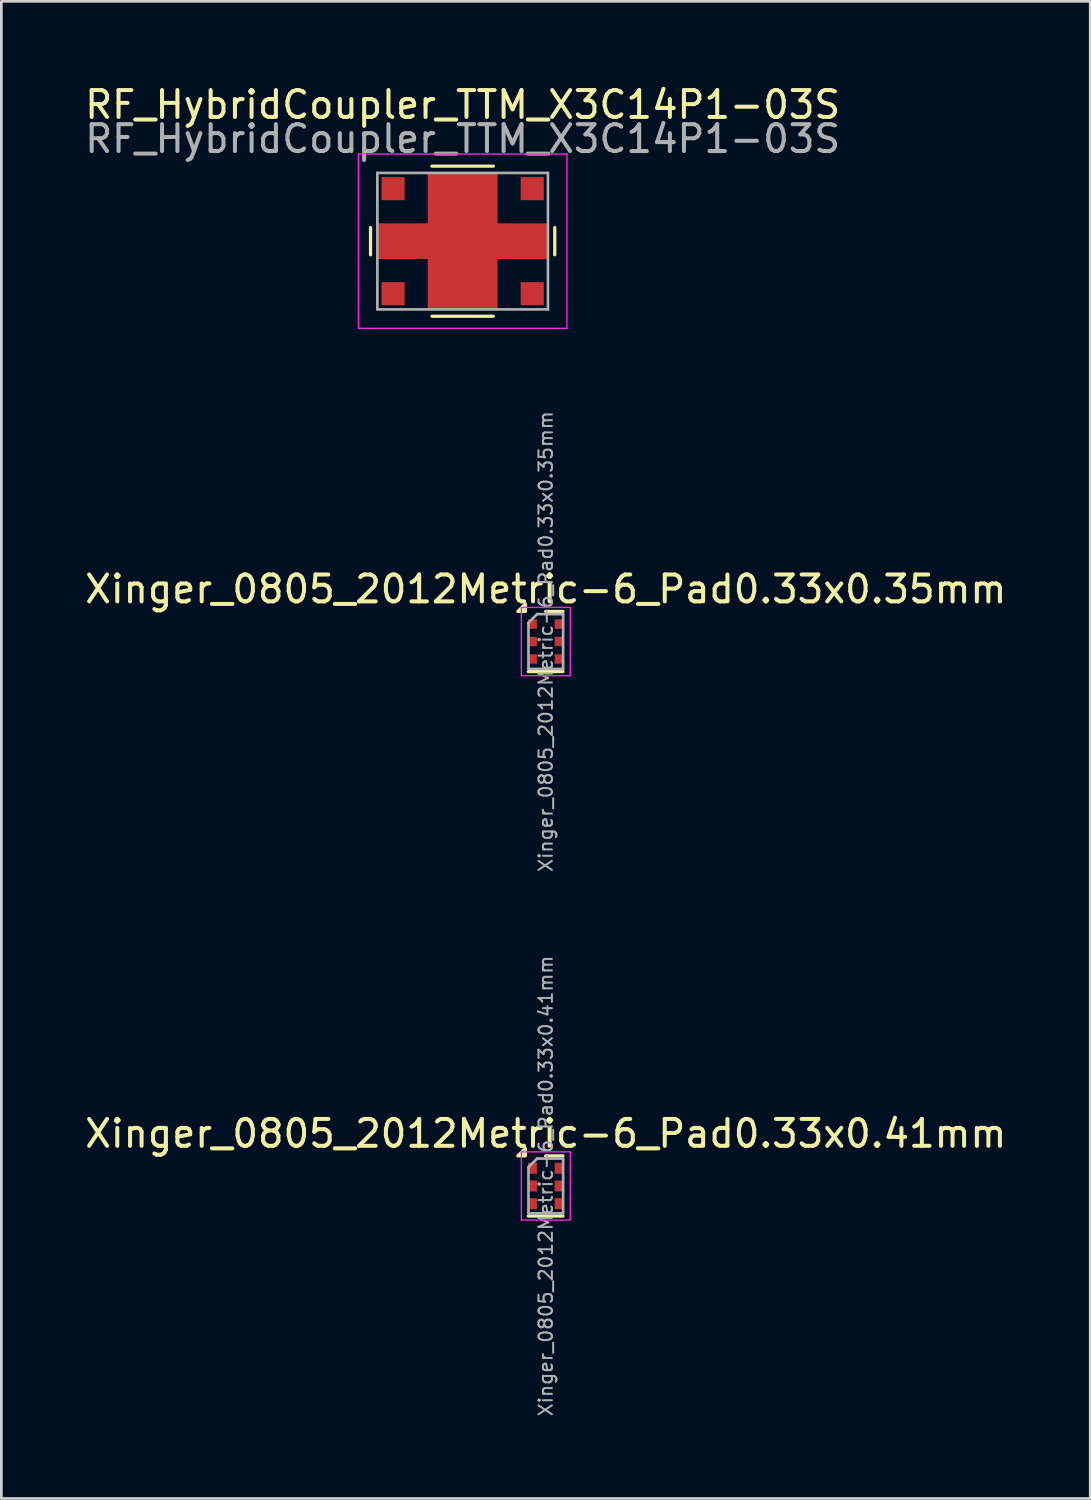
<source format=kicad_pcb>
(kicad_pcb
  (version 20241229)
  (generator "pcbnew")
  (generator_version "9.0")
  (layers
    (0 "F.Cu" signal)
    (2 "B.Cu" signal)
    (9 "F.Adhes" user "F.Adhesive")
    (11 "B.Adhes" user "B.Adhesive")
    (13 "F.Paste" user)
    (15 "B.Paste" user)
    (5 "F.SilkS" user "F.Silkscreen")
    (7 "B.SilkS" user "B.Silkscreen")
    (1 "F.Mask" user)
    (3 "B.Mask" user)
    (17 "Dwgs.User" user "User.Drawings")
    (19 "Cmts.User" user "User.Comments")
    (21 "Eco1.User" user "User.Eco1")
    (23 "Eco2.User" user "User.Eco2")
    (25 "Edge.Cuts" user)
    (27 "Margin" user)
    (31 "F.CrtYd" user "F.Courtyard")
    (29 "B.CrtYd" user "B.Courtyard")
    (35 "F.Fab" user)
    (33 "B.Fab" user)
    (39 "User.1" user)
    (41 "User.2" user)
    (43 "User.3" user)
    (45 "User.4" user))
  (footprint "Xinger_0805_2012Metric-6_Pad0.33x0.41mm"
    (layer "F.Cu")
    (at 17.268 41.1)
    (property "Reference" "Xinger_0805_2012Metric-6_Pad0.33x0.41mm" (at 0 -1.95 0) (layer "F.SilkS") (effects (font (size 1 1) (thickness 0.15))))
    (attr smd)
    (fp_line (start -0.65 1.12) (end 0.64 1.12) (stroke (width 0.12) (type solid)) (layer "F.SilkS"))
    (fp_line (start -0.005 -1.12) (end 0.64 -1.12) (stroke (width 0.12) (type solid)) (layer "F.SilkS"))
    (fp_poly (pts (xy -0.76 -1.12) (xy -1.04 -1.12) (xy -0.76 -1.4) (xy -0.76 -1.12)) (stroke (width 0.12) (type solid)) (fill yes) (layer "F.SilkS"))
    (fp_line (start -0.91 -1.27) (end 0.91 -1.27) (stroke (width 0.05) (type solid)) (layer "F.CrtYd"))
    (fp_line (start -0.91 1.27) (end -0.91 -1.27) (stroke (width 0.05) (type solid)) (layer "F.CrtYd"))
    (fp_line (start 0.91 -1.27) (end 0.91 1.27) (stroke (width 0.05) (type solid)) (layer "F.CrtYd"))
    (fp_line (start 0.91 1.27) (end -0.91 1.27) (stroke (width 0.05) (type solid)) (layer "F.CrtYd"))
    (fp_line (start -0.645 -0.698) (end -0.645 1.02) (stroke (width 0.1) (type solid)) (layer "F.Fab"))
    (fp_line (start -0.645 -0.698) (end -0.323 -1.02) (stroke (width 0.1) (type solid)) (layer "F.Fab"))
    (fp_line (start -0.645 1.02) (end 0.645 1.02) (stroke (width 0.1) (type solid)) (layer "F.Fab"))
    (fp_line (start 0.645 -1.02) (end -0.323 -1.02) (stroke (width 0.1) (type solid)) (layer "F.Fab"))
    (fp_line (start 0.645 1.02) (end 0.645 -1.02) (stroke (width 0.1) (type solid)) (layer "F.Fab"))
    (fp_text user "${REFERENCE}" (at 0 0 90) (layer "F.Fab") (effects (font (size 0.5 0.5) (thickness 0.075))))
    (pad "1" smd rect (at -0.495 -0.66 270) (size 0.41 0.33) (layers "F.Cu" "F.Mask" "F.Paste"))
    (pad "2" smd rect (at -0.495 0 270) (size 0.41 0.33) (layers "F.Cu" "F.Mask" "F.Paste"))
    (pad "3" smd rect (at -0.495 0.66 270) (size 0.41 0.33) (layers "F.Cu" "F.Mask" "F.Paste"))
    (pad "4" smd rect (at 0.495 0.66 270) (size 0.41 0.33) (layers "F.Cu" "F.Mask" "F.Paste"))
    (pad "5" smd rect (at 0.495 0 270) (size 0.41 0.33) (layers "F.Cu" "F.Mask" "F.Paste"))
    (pad "6" smd rect (at 0.495 -0.66 270) (size 0.41 0.33) (layers "F.Cu" "F.Mask" "F.Paste")))
  (footprint "Xinger_0805_2012Metric-6_Pad0.33x0.35mm"
    (layer "F.Cu")
    (at 17.268 20.832)
    (property "Reference" "Xinger_0805_2012Metric-6_Pad0.33x0.35mm" (at 0 -1.95 0) (layer "F.SilkS") (effects (font (size 1 1) (thickness 0.15))))
    (attr smd)
    (fp_line (start -0.65 1.12) (end 0.64 1.12) (stroke (width 0.12) (type solid)) (layer "F.SilkS"))
    (fp_line (start -0.005 -1.12) (end 0.64 -1.12) (stroke (width 0.12) (type solid)) (layer "F.SilkS"))
    (fp_poly (pts (xy -0.76 -1.12) (xy -1.04 -1.12) (xy -0.76 -1.4) (xy -0.76 -1.12)) (stroke (width 0.12) (type solid)) (fill yes) (layer "F.SilkS"))
    (fp_line (start -0.91 -1.27) (end 0.91 -1.27) (stroke (width 0.05) (type solid)) (layer "F.CrtYd"))
    (fp_line (start -0.91 1.27) (end -0.91 -1.27) (stroke (width 0.05) (type solid)) (layer "F.CrtYd"))
    (fp_line (start 0.91 -1.27) (end 0.91 1.27) (stroke (width 0.05) (type solid)) (layer "F.CrtYd"))
    (fp_line (start 0.91 1.27) (end -0.91 1.27) (stroke (width 0.05) (type solid)) (layer "F.CrtYd"))
    (fp_line (start -0.645 -0.698) (end -0.645 1.02) (stroke (width 0.1) (type solid)) (layer "F.Fab"))
    (fp_line (start -0.645 -0.698) (end -0.323 -1.02) (stroke (width 0.1) (type solid)) (layer "F.Fab"))
    (fp_line (start -0.645 1.02) (end 0.645 1.02) (stroke (width 0.1) (type solid)) (layer "F.Fab"))
    (fp_line (start 0.645 -1.02) (end -0.323 -1.02) (stroke (width 0.1) (type solid)) (layer "F.Fab"))
    (fp_line (start 0.645 1.02) (end 0.645 -1.02) (stroke (width 0.1) (type solid)) (layer "F.Fab"))
    (fp_text user "${REFERENCE}" (at 0 0 90) (layer "F.Fab") (effects (font (size 0.5 0.5) (thickness 0.075))))
    (pad "1" smd rect (at -0.495 -0.65 270) (size 0.35 0.33) (layers "F.Cu" "F.Mask" "F.Paste"))
    (pad "2" smd rect (at -0.495 0 270) (size 0.35 0.33) (layers "F.Cu" "F.Mask" "F.Paste"))
    (pad "3" smd rect (at -0.495 0.65 270) (size 0.35 0.33) (layers "F.Cu" "F.Mask" "F.Paste"))
    (pad "4" smd rect (at 0.495 0.65 270) (size 0.35 0.33) (layers "F.Cu" "F.Mask" "F.Paste"))
    (pad "5" smd rect (at 0.495 0 270) (size 0.35 0.33) (layers "F.Cu" "F.Mask" "F.Paste"))
    (pad "6" smd rect (at 0.495 -0.65 270) (size 0.35 0.33) (layers "F.Cu" "F.Mask" "F.Paste")))
  (footprint "RF_HybridCoupler_TTM_X3C14P1-03S"
    (layer "F.Cu")
    (at 14.173 5.928)
    (property "Reference" "RF_HybridCoupler_TTM_X3C14P1-03S" (at 0 -5.08 0) (unlocked yes) (layer "F.SilkS") (effects (font (size 1 1) (thickness 0.15))))
    (attr smd)
    (fp_line (start -3.429 0.508) (end -3.429 -0.508) (stroke (width 0.12) (type solid)) (layer "F.SilkS"))
    (fp_line (start -1.143 -2.794) (end 1.143 -2.794) (stroke (width 0.12) (type solid)) (layer "F.SilkS"))
    (fp_line (start -1.143 2.794) (end 1.143 2.794) (stroke (width 0.12) (type solid)) (layer "F.SilkS"))
    (fp_line (start 3.429 0.508) (end 3.429 -0.508) (stroke (width 0.12) (type solid)) (layer "F.SilkS"))
    (fp_line (start -3.88 -3.245) (end -3.88 3.245) (stroke (width 0.05) (type solid)) (layer "F.CrtYd"))
    (fp_line (start -3.88 -3.245) (end 3.88 -3.245) (stroke (width 0.05) (type solid)) (layer "F.CrtYd"))
    (fp_line (start -3.88 3.245) (end 3.88 3.245) (stroke (width 0.05) (type solid)) (layer "F.CrtYd"))
    (fp_line (start 3.88 -3.245) (end 3.88 3.245) (stroke (width 0.05) (type solid)) (layer "F.CrtYd"))
    (fp_line (start -3.175 -2.54) (end 3.175 -2.54) (stroke (width 0.1) (type solid)) (layer "F.Fab"))
    (fp_line (start -3.175 2.54) (end -3.175 -2.54) (stroke (width 0.1) (type solid)) (layer "F.Fab"))
    (fp_line (start -3.175 2.54) (end 3.175 2.54) (stroke (width 0.1) (type solid)) (layer "F.Fab"))
    (fp_line (start 3.175 2.54) (end 3.175 -2.54) (stroke (width 0.1) (type solid)) (layer "F.Fab"))
    (fp_text user "${REFERENCE}" (at 0 -3.81 0) (unlocked yes) (layer "F.Fab") (effects (font (size 1 1) (thickness 0.15))))
    (pad "1" smd rect (at -2.59 -1.955) (size 0.86 0.86) (layers "F.Cu" "F.Mask" "F.Paste"))
    (pad "2" smd rect (at 2.59 -1.955) (size 0.86 0.86) (layers "F.Cu" "F.Mask" "F.Paste"))
    (pad "3" smd rect (at 2.59 1.955) (size 0.86 0.86) (layers "F.Cu" "F.Mask" "F.Paste"))
    (pad "4" smd rect (at -2.59 1.955) (size 0.86 0.86) (layers "F.Cu" "F.Mask" "F.Paste"))
    (pad "5" smd custom (at 0 0) (size 0.86 0.86) (layers "F.Cu" "F.Mask" "F.Paste") (options (anchor rect)) (primitives (gr_poly (pts (xy -1.3 0.665) (xy -3.175 0.665) (xy -3.175 -0.665) (xy -1.3 -0.665) (xy -1.3 -2.54) (xy 1.3 -2.54) (xy 1.3 -0.665) (xy 3.175 -0.665) (xy 3.175 0.665) (xy 1.3 0.665) (xy 1.3 2.54) (xy -1.3 2.54)) (width 0) (fill yes))))
    (zone (net_name "") (layer "F.Cu") (hatch edge 0.508) (connect_pads) (min_thickness 0.254) (filled_areas_thickness no) (keepout (tracks allowed) (vias allowed) (pads allowed) (copperpour not_allowed) (footprints allowed)) (placement (enabled no)) (fill) (polygon (pts (xy 12.873 5.263) (xy 10.293 5.263) (xy 10.293 2.683) (xy 12.873 2.683))))
    (zone (net_name "") (layer "F.Cu") (hatch edge 0.508) (connect_pads) (min_thickness 0.254) (filled_areas_thickness no) (keepout (tracks allowed) (vias allowed) (pads allowed) (copperpour not_allowed) (footprints allowed)) (placement (enabled no)) (fill) (polygon (pts (xy 12.873 6.593) (xy 12.873 9.173) (xy 10.293 9.173) (xy 10.293 6.593))))
    (zone (net_name "") (layer "F.Cu") (hatch edge 0.508) (connect_pads) (min_thickness 0.254) (filled_areas_thickness no) (keepout (tracks allowed) (vias allowed) (pads allowed) (copperpour not_allowed) (footprints allowed)) (placement (enabled no)) (fill) (polygon (pts (xy 15.473 6.593) (xy 18.053 6.593) (xy 18.053 9.173) (xy 15.473 9.173))))
    (zone (net_name "") (layer "F.Cu") (hatch edge 0.508) (connect_pads) (min_thickness 0.254) (filled_areas_thickness no) (keepout (tracks allowed) (vias allowed) (pads allowed) (copperpour not_allowed) (footprints allowed)) (placement (enabled no)) (fill) (polygon (pts (xy 18.053 5.263) (xy 15.473 5.263) (xy 15.473 2.683) (xy 18.053 2.683)))))
  (gr_rect
    (start -3 -3)
    (end 37.536 52.734)
    (stroke (width 0.1) (type default))
    (fill no)
    (layer "Edge.Cuts")))
</source>
